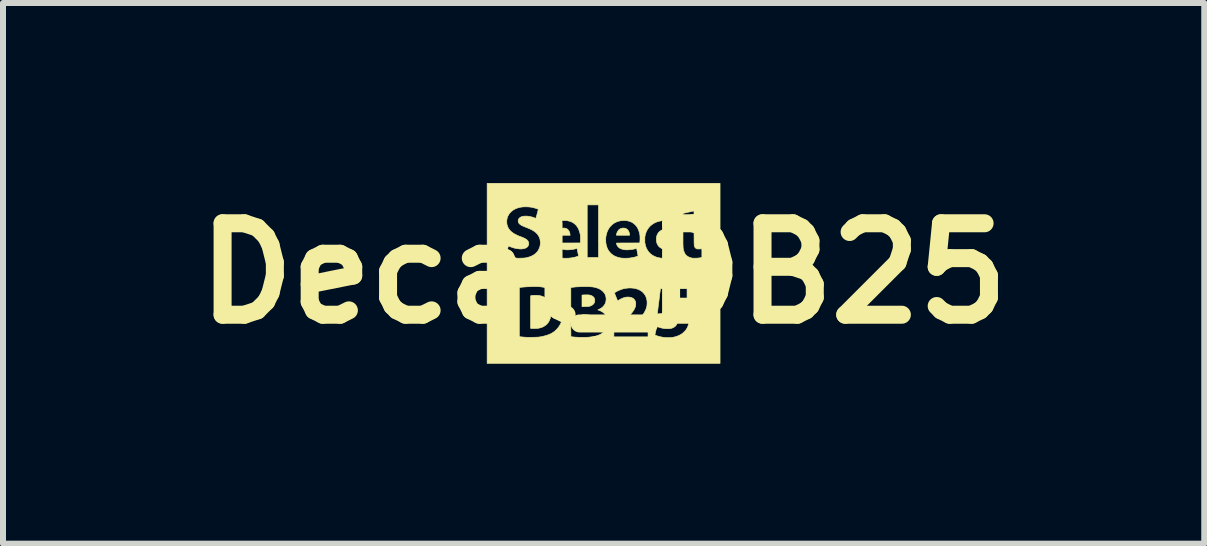
<source format=kicad_pcb>
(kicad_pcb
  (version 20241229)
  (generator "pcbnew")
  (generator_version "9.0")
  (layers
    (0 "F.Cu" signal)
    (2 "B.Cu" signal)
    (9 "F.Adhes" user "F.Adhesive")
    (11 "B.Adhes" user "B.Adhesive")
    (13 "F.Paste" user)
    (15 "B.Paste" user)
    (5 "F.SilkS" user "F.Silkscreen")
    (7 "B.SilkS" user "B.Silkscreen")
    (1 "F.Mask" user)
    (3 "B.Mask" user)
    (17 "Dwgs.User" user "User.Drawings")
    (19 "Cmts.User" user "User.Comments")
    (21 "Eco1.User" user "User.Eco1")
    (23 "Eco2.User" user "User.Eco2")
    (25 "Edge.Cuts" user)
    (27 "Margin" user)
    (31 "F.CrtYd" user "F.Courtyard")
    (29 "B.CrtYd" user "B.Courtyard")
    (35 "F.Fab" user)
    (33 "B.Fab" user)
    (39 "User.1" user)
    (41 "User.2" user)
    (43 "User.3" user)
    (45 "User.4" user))
  (footprint "Decal_DB25"
    (layer "F.Cu")
    (at 7.01 1.506)
    (property "Reference" "Decal_DB25" (at 0 0 0) (layer "F.SilkS") (effects (font (size 1.524 1.524) (thickness 0.3))))
    (attr through_hole)
    (fp_poly (pts (xy -0.647 -0.754) (xy -0.627 -0.749) (xy -0.609 -0.741) (xy -0.594 -0.729) (xy -0.582 -0.714) (xy -0.572 -0.696) (xy -0.564 -0.675) (xy -0.56 -0.651) (xy -0.56 -0.649) (xy -0.558 -0.635) (xy -0.779 -0.635) (xy -0.779 -0.64) (xy -0.778 -0.648) (xy -0.776 -0.658) (xy -0.772 -0.67) (xy -0.768 -0.682) (xy -0.763 -0.692) (xy -0.762 -0.694) (xy -0.75 -0.713) (xy -0.735 -0.729) (xy -0.719 -0.741) (xy -0.7 -0.749) (xy -0.68 -0.754) (xy -0.658 -0.755) (xy -0.647 -0.754)) (stroke (width 0.01) (type solid)) (fill yes) (layer "F.SilkS"))
    (fp_poly (pts (xy 0.346 -0.754) (xy 0.366 -0.749) (xy 0.383 -0.741) (xy 0.398 -0.729) (xy 0.411 -0.714) (xy 0.421 -0.696) (xy 0.428 -0.675) (xy 0.433 -0.651) (xy 0.433 -0.649) (xy 0.434 -0.635) (xy 0.214 -0.635) (xy 0.214 -0.64) (xy 0.215 -0.648) (xy 0.217 -0.658) (xy 0.221 -0.67) (xy 0.225 -0.682) (xy 0.23 -0.692) (xy 0.231 -0.694) (xy 0.243 -0.713) (xy 0.257 -0.729) (xy 0.274 -0.741) (xy 0.293 -0.749) (xy 0.313 -0.754) (xy 0.334 -0.755) (xy 0.346 -0.754)) (stroke (width 0.01) (type solid)) (fill yes) (layer "F.SilkS"))
    (fp_poly (pts (xy -0.321 0.69) (xy -0.293 0.691) (xy -0.268 0.692) (xy -0.247 0.694) (xy -0.228 0.698) (xy -0.211 0.703) (xy -0.195 0.709) (xy -0.189 0.711) (xy -0.17 0.722) (xy -0.155 0.736) (xy -0.143 0.751) (xy -0.135 0.768) (xy -0.13 0.788) (xy -0.129 0.806) (xy -0.13 0.827) (xy -0.133 0.844) (xy -0.139 0.86) (xy -0.148 0.874) (xy -0.156 0.882) (xy -0.171 0.896) (xy -0.19 0.908) (xy -0.213 0.917) (xy -0.234 0.922) (xy -0.24 0.923) (xy -0.25 0.924) (xy -0.263 0.925) (xy -0.277 0.925) (xy -0.292 0.926) (xy -0.308 0.926) (xy -0.322 0.926) (xy -0.335 0.926) (xy -0.345 0.926) (xy -0.35 0.926) (xy -0.36 0.925) (xy -0.36 0.69) (xy -0.321 0.69)) (stroke (width 0.01) (type solid)) (fill yes) (layer "F.SilkS"))
    (fp_poly (pts (xy -0.286 0.359) (xy -0.27 0.359) (xy -0.258 0.359) (xy -0.248 0.36) (xy -0.24 0.36) (xy -0.234 0.361) (xy -0.228 0.363) (xy -0.224 0.364) (xy -0.202 0.371) (xy -0.184 0.381) (xy -0.17 0.392) (xy -0.159 0.406) (xy -0.152 0.423) (xy -0.148 0.439) (xy -0.147 0.459) (xy -0.15 0.478) (xy -0.157 0.495) (xy -0.168 0.51) (xy -0.182 0.523) (xy -0.199 0.535) (xy -0.22 0.544) (xy -0.235 0.548) (xy -0.241 0.55) (xy -0.248 0.551) (xy -0.255 0.552) (xy -0.263 0.553) (xy -0.274 0.553) (xy -0.287 0.554) (xy -0.304 0.554) (xy -0.306 0.554) (xy -0.36 0.555) (xy -0.36 0.362) (xy -0.346 0.361) (xy -0.339 0.36) (xy -0.329 0.36) (xy -0.317 0.359) (xy -0.303 0.359) (xy -0.289 0.359) (xy -0.286 0.359)) (stroke (width 0.01) (type solid)) (fill yes) (layer "F.SilkS"))
    (fp_poly (pts (xy -1.112 0.366) (xy -1.097 0.367) (xy -1.085 0.368) (xy -1.082 0.368) (xy -1.048 0.375) (xy -1.017 0.384) (xy -0.989 0.397) (xy -0.964 0.413) (xy -0.942 0.432) (xy -0.922 0.454) (xy -0.906 0.479) (xy -0.892 0.506) (xy -0.882 0.537) (xy -0.878 0.555) (xy -0.876 0.567) (xy -0.875 0.582) (xy -0.873 0.599) (xy -0.873 0.618) (xy -0.872 0.636) (xy -0.873 0.654) (xy -0.873 0.67) (xy -0.874 0.677) (xy -0.88 0.714) (xy -0.888 0.747) (xy -0.9 0.778) (xy -0.914 0.806) (xy -0.932 0.831) (xy -0.952 0.853) (xy -0.975 0.871) (xy -1.001 0.887) (xy -1.022 0.897) (xy -1.042 0.904) (xy -1.064 0.91) (xy -1.087 0.915) (xy -1.099 0.916) (xy -1.106 0.917) (xy -1.116 0.917) (xy -1.128 0.918) (xy -1.141 0.918) (xy -1.156 0.918) (xy -1.17 0.918) (xy -1.184 0.918) (xy -1.196 0.918) (xy -1.205 0.918) (xy -1.211 0.917) (xy -1.211 0.917) (xy -1.217 0.916) (xy -1.217 0.645) (xy -1.217 0.605) (xy -1.217 0.569) (xy -1.217 0.538) (xy -1.217 0.51) (xy -1.217 0.485) (xy -1.217 0.463) (xy -1.217 0.445) (xy -1.217 0.429) (xy -1.217 0.415) (xy -1.216 0.404) (xy -1.216 0.395) (xy -1.216 0.388) (xy -1.216 0.382) (xy -1.215 0.378) (xy -1.215 0.375) (xy -1.215 0.373) (xy -1.214 0.372) (xy -1.214 0.372) (xy -1.213 0.372) (xy -1.205 0.37) (xy -1.193 0.369) (xy -1.179 0.367) (xy -1.163 0.366) (xy -1.146 0.366) (xy -1.129 0.366) (xy -1.112 0.366)) (stroke (width 0.01) (type solid)) (fill yes) (layer "F.SilkS"))
    (fp_poly (pts (xy 1.941 1.501) (xy -1.941 1.501) (xy -1.941 0.237) (xy -1.405 0.237) (xy -1.405 0.646) (xy -1.405 0.687) (xy -1.405 0.727) (xy -1.405 0.766) (xy -1.405 0.803) (xy -1.405 0.838) (xy -1.405 0.872) (xy -1.405 0.903) (xy -1.405 0.932) (xy -1.405 0.959) (xy -1.405 0.982) (xy -1.405 1.003) (xy -1.405 1.021) (xy -1.404 1.035) (xy -1.404 1.045) (xy -1.404 1.052) (xy -1.404 1.055) (xy -1.404 1.055) (xy -1.401 1.055) (xy -1.395 1.056) (xy -1.386 1.057) (xy -1.374 1.058) (xy -1.361 1.06) (xy -1.348 1.061) (xy -1.334 1.062) (xy -1.32 1.063) (xy -1.308 1.064) (xy -1.302 1.065) (xy -1.288 1.065) (xy -1.272 1.066) (xy -1.253 1.066) (xy -1.232 1.066) (xy -1.211 1.066) (xy -1.188 1.066) (xy -1.167 1.065) (xy -1.146 1.065) (xy -1.126 1.064) (xy -1.109 1.064) (xy -1.094 1.063) (xy -1.084 1.062) (xy -1.083 1.062) (xy -1.041 1.056) (xy -1.001 1.047) (xy -0.962 1.037) (xy -0.926 1.025) (xy -0.893 1.012) (xy -0.864 0.997) (xy -0.858 0.994) (xy -0.838 0.981) (xy -0.819 0.967) (xy -0.801 0.952) (xy -0.782 0.934) (xy -0.782 0.933) (xy -0.757 0.905) (xy -0.735 0.874) (xy -0.717 0.84) (xy -0.701 0.804) (xy -0.689 0.765) (xy -0.679 0.723) (xy -0.676 0.706) (xy -0.675 0.693) (xy -0.673 0.677) (xy -0.672 0.659) (xy -0.672 0.64) (xy -0.671 0.621) (xy -0.671 0.602) (xy -0.672 0.586) (xy -0.673 0.572) (xy -0.673 0.571) (xy -0.679 0.53) (xy -0.688 0.491) (xy -0.701 0.454) (xy -0.716 0.42) (xy -0.735 0.388) (xy -0.757 0.36) (xy -0.782 0.334) (xy -0.792 0.325) (xy -0.82 0.303) (xy -0.85 0.283) (xy -0.882 0.267) (xy -0.916 0.253) (xy -0.953 0.242) (xy -0.974 0.237) (xy -0.546 0.237) (xy -0.546 0.645) (xy -0.546 0.687) (xy -0.546 0.727) (xy -0.546 0.766) (xy -0.546 0.803) (xy -0.546 0.838) (xy -0.546 0.872) (xy -0.546 0.903) (xy -0.546 0.932) (xy -0.546 0.959) (xy -0.545 0.982) (xy -0.545 1.003) (xy -0.545 1.021) (xy -0.545 1.035) (xy -0.545 1.045) (xy -0.545 1.052) (xy -0.545 1.055) (xy -0.545 1.055) (xy -0.542 1.055) (xy -0.535 1.056) (xy -0.526 1.058) (xy -0.515 1.059) (xy -0.502 1.06) (xy -0.489 1.061) (xy -0.475 1.063) (xy -0.462 1.064) (xy -0.451 1.064) (xy -0.449 1.064) (xy -0.435 1.065) (xy -0.417 1.066) (xy -0.398 1.066) (xy -0.377 1.066) (xy -0.355 1.066) (xy -0.334 1.066) (xy -0.313 1.066) (xy -0.294 1.066) (xy -0.277 1.065) (xy -0.263 1.065) (xy -0.259 1.065) (xy -0.215 1.06) (xy -0.201 1.058) (xy 0.171 1.058) (xy 0.741 1.058) (xy 0.741 1.025) (xy 0.856 1.025) (xy 0.858 1.027) (xy 0.864 1.031) (xy 0.873 1.034) (xy 0.884 1.038) (xy 0.896 1.043) (xy 0.909 1.047) (xy 0.921 1.051) (xy 0.93 1.053) (xy 0.976 1.063) (xy 1.017 1.069) (xy 1.029 1.07) (xy 1.044 1.07) (xy 1.06 1.071) (xy 1.078 1.071) (xy 1.095 1.071) (xy 1.11 1.07) (xy 1.124 1.069) (xy 1.13 1.069) (xy 1.17 1.063) (xy 1.208 1.053) (xy 1.244 1.04) (xy 1.277 1.024) (xy 1.302 1.009) (xy 1.316 0.999) (xy 1.332 0.985) (xy 1.347 0.971) (xy 1.361 0.956) (xy 1.373 0.941) (xy 1.379 0.933) (xy 1.395 0.905) (xy 1.407 0.877) (xy 1.416 0.848) (xy 1.421 0.818) (xy 1.422 0.785) (xy 1.422 0.776) (xy 1.42 0.75) (xy 1.416 0.726) (xy 1.411 0.705) (xy 1.403 0.684) (xy 1.395 0.668) (xy 1.38 0.643) (xy 1.361 0.62) (xy 1.339 0.599) (xy 1.314 0.582) (xy 1.286 0.566) (xy 1.254 0.553) (xy 1.22 0.543) (xy 1.183 0.536) (xy 1.163 0.533) (xy 1.154 0.533) (xy 1.141 0.532) (xy 1.127 0.532) (xy 1.112 0.532) (xy 1.102 0.532) (xy 1.09 0.532) (xy 1.079 0.532) (xy 1.07 0.532) (xy 1.065 0.532) (xy 1.063 0.532) (xy 1.063 0.532) (xy 1.063 0.53) (xy 1.064 0.524) (xy 1.065 0.516) (xy 1.066 0.504) (xy 1.068 0.491) (xy 1.071 0.475) (xy 1.071 0.472) (xy 1.073 0.456) (xy 1.075 0.442) (xy 1.077 0.43) (xy 1.078 0.421) (xy 1.079 0.414) (xy 1.079 0.411) (xy 1.079 0.411) (xy 1.082 0.411) (xy 1.088 0.411) (xy 1.097 0.411) (xy 1.11 0.411) (xy 1.126 0.411) (xy 1.144 0.411) (xy 1.164 0.411) (xy 1.187 0.411) (xy 1.211 0.411) (xy 1.235 0.411) (xy 1.391 0.411) (xy 1.391 0.256) (xy 0.948 0.256) (xy 0.947 0.261) (xy 0.947 0.264) (xy 0.946 0.271) (xy 0.945 0.281) (xy 0.943 0.295) (xy 0.941 0.311) (xy 0.938 0.329) (xy 0.936 0.35) (xy 0.933 0.372) (xy 0.93 0.396) (xy 0.927 0.42) (xy 0.924 0.445) (xy 0.921 0.471) (xy 0.917 0.496) (xy 0.914 0.522) (xy 0.911 0.546) (xy 0.908 0.569) (xy 0.906 0.591) (xy 0.903 0.611) (xy 0.901 0.63) (xy 0.899 0.645) (xy 0.898 0.658) (xy 0.897 0.668) (xy 0.896 0.674) (xy 0.896 0.676) (xy 0.896 0.676) (xy 0.898 0.676) (xy 0.904 0.676) (xy 0.912 0.675) (xy 0.922 0.674) (xy 0.922 0.674) (xy 0.936 0.673) (xy 0.953 0.672) (xy 0.973 0.671) (xy 0.993 0.671) (xy 1.014 0.671) (xy 1.034 0.671) (xy 1.052 0.672) (xy 1.068 0.673) (xy 1.076 0.674) (xy 1.107 0.68) (xy 1.135 0.687) (xy 1.159 0.697) (xy 1.18 0.708) (xy 1.197 0.722) (xy 1.211 0.737) (xy 1.22 0.755) (xy 1.223 0.764) (xy 1.228 0.786) (xy 1.229 0.808) (xy 1.226 0.828) (xy 1.219 0.848) (xy 1.209 0.866) (xy 1.195 0.881) (xy 1.177 0.895) (xy 1.164 0.903) (xy 1.151 0.908) (xy 1.14 0.913) (xy 1.129 0.916) (xy 1.118 0.919) (xy 1.106 0.92) (xy 1.092 0.921) (xy 1.074 0.922) (xy 1.066 0.922) (xy 1.048 0.922) (xy 1.033 0.921) (xy 1.021 0.921) (xy 1.011 0.92) (xy 1.001 0.918) (xy 1 0.918) (xy 0.976 0.913) (xy 0.951 0.907) (xy 0.929 0.9) (xy 0.909 0.893) (xy 0.901 0.89) (xy 0.894 0.887) (xy 0.889 0.886) (xy 0.888 0.885) (xy 0.887 0.888) (xy 0.885 0.894) (xy 0.883 0.902) (xy 0.88 0.914) (xy 0.877 0.927) (xy 0.874 0.941) (xy 0.871 0.956) (xy 0.867 0.97) (xy 0.864 0.984) (xy 0.861 0.997) (xy 0.859 1.008) (xy 0.857 1.017) (xy 0.856 1.023) (xy 0.856 1.025) (xy 0.741 1.025) (xy 0.741 0.904) (xy 0.589 0.903) (xy 0.437 0.903) (xy 0.483 0.865) (xy 0.5 0.85) (xy 0.518 0.834) (xy 0.536 0.817) (xy 0.555 0.799) (xy 0.573 0.782) (xy 0.591 0.764) (xy 0.606 0.748) (xy 0.62 0.733) (xy 0.632 0.72) (xy 0.636 0.714) (xy 0.66 0.682) (xy 0.68 0.65) (xy 0.697 0.619) (xy 0.71 0.587) (xy 0.719 0.555) (xy 0.721 0.546) (xy 0.723 0.533) (xy 0.724 0.517) (xy 0.725 0.499) (xy 0.725 0.481) (xy 0.724 0.464) (xy 0.722 0.448) (xy 0.721 0.442) (xy 0.713 0.41) (xy 0.702 0.381) (xy 0.687 0.355) (xy 0.668 0.331) (xy 0.647 0.309) (xy 0.642 0.305) (xy 0.618 0.288) (xy 0.591 0.273) (xy 0.562 0.262) (xy 0.531 0.253) (xy 0.498 0.247) (xy 0.464 0.244) (xy 0.429 0.243) (xy 0.393 0.246) (xy 0.357 0.251) (xy 0.321 0.259) (xy 0.286 0.271) (xy 0.252 0.285) (xy 0.24 0.29) (xy 0.227 0.297) (xy 0.215 0.303) (xy 0.204 0.31) (xy 0.195 0.316) (xy 0.187 0.321) (xy 0.183 0.325) (xy 0.181 0.327) (xy 0.182 0.33) (xy 0.185 0.336) (xy 0.188 0.345) (xy 0.192 0.356) (xy 0.197 0.369) (xy 0.203 0.382) (xy 0.208 0.396) (xy 0.214 0.41) (xy 0.219 0.423) (xy 0.224 0.435) (xy 0.228 0.445) (xy 0.231 0.453) (xy 0.233 0.458) (xy 0.234 0.459) (xy 0.236 0.458) (xy 0.241 0.455) (xy 0.248 0.451) (xy 0.255 0.446) (xy 0.281 0.43) (xy 0.309 0.417) (xy 0.336 0.406) (xy 0.362 0.399) (xy 0.368 0.398) (xy 0.383 0.396) (xy 0.399 0.395) (xy 0.416 0.395) (xy 0.433 0.397) (xy 0.447 0.399) (xy 0.451 0.4) (xy 0.473 0.407) (xy 0.492 0.417) (xy 0.507 0.43) (xy 0.519 0.446) (xy 0.523 0.453) (xy 0.53 0.466) (xy 0.534 0.48) (xy 0.536 0.494) (xy 0.536 0.511) (xy 0.536 0.511) (xy 0.535 0.532) (xy 0.531 0.552) (xy 0.523 0.573) (xy 0.513 0.595) (xy 0.499 0.619) (xy 0.482 0.643) (xy 0.47 0.658) (xy 0.46 0.671) (xy 0.446 0.685) (xy 0.43 0.702) (xy 0.411 0.722) (xy 0.389 0.743) (xy 0.365 0.766) (xy 0.339 0.791) (xy 0.311 0.817) (xy 0.281 0.845) (xy 0.25 0.873) (xy 0.217 0.903) (xy 0.186 0.93) (xy 0.172 0.943) (xy 0.172 1.001) (xy 0.171 1.058) (xy -0.201 1.058) (xy -0.175 1.054) (xy -0.138 1.047) (xy -0.104 1.037) (xy -0.074 1.026) (xy -0.047 1.013) (xy -0.033 1.004) (xy -0.021 0.995) (xy -0.008 0.984) (xy 0.005 0.971) (xy 0.017 0.959) (xy 0.024 0.95) (xy 0.041 0.925) (xy 0.054 0.898) (xy 0.063 0.869) (xy 0.069 0.839) (xy 0.07 0.815) (xy 0.068 0.784) (xy 0.062 0.756) (xy 0.052 0.729) (xy 0.039 0.704) (xy 0.023 0.681) (xy 0.003 0.661) (xy -0.02 0.643) (xy -0.047 0.628) (xy -0.076 0.616) (xy -0.081 0.614) (xy -0.096 0.609) (xy -0.071 0.597) (xy -0.044 0.582) (xy -0.02 0.565) (xy -0.001 0.545) (xy 0.016 0.524) (xy 0.028 0.501) (xy 0.036 0.477) (xy 0.041 0.45) (xy 0.042 0.422) (xy 0.042 0.421) (xy 0.039 0.395) (xy 0.033 0.37) (xy 0.024 0.348) (xy 0.011 0.327) (xy -0.006 0.307) (xy -0.006 0.307) (xy -0.025 0.289) (xy -0.047 0.273) (xy -0.071 0.259) (xy -0.098 0.247) (xy -0.126 0.238) (xy -0.149 0.232) (xy -0.164 0.229) (xy -0.178 0.227) (xy -0.192 0.225) (xy -0.206 0.224) (xy -0.223 0.223) (xy -0.241 0.222) (xy -0.263 0.221) (xy -0.281 0.221) (xy -0.309 0.221) (xy -0.338 0.221) (xy -0.367 0.221) (xy -0.396 0.222) (xy -0.425 0.224) (xy -0.451 0.225) (xy -0.477 0.227) (xy -0.499 0.23) (xy -0.519 0.232) (xy -0.535 0.235) (xy -0.541 0.236) (xy -0.546 0.237) (xy -0.974 0.237) (xy -0.992 0.233) (xy -1.035 0.226) (xy -1.078 0.222) (xy -1.098 0.221) (xy -1.12 0.22) (xy -1.144 0.22) (xy -1.171 0.22) (xy -1.198 0.221) (xy -1.227 0.222) (xy -1.255 0.223) (xy -1.282 0.224) (xy -1.309 0.226) (xy -1.334 0.228) (xy -1.357 0.23) (xy -1.377 0.232) (xy -1.393 0.235) (xy -1.4 0.236) (xy -1.405 0.237) (xy -1.941 0.237) (xy -1.941 -0.302) (xy -1.625 -0.302) (xy -1.623 -0.3) (xy -1.618 -0.298) (xy -1.612 -0.295) (xy -1.586 -0.285) (xy -1.559 -0.276) (xy -1.529 -0.268) (xy -1.496 -0.262) (xy -1.46 -0.256) (xy -1.439 -0.253) (xy -1.432 -0.253) (xy -1.422 -0.252) (xy -1.408 -0.252) (xy -1.393 -0.253) (xy -1.377 -0.253) (xy -1.361 -0.254) (xy -1.345 -0.254) (xy -1.331 -0.255) (xy -1.319 -0.256) (xy -1.31 -0.257) (xy -1.307 -0.257) (xy -1.268 -0.265) (xy -1.232 -0.276) (xy -1.199 -0.289) (xy -1.169 -0.305) (xy -1.142 -0.324) (xy -1.119 -0.345) (xy -1.1 -0.366) (xy -1.091 -0.38) (xy -1.082 -0.396) (xy -1.074 -0.414) (xy -1.067 -0.431) (xy -1.061 -0.448) (xy -1.057 -0.472) (xy -1.054 -0.499) (xy -1.055 -0.526) (xy -1.057 -0.551) (xy -0.958 -0.551) (xy -0.956 -0.516) (xy -0.951 -0.482) (xy -0.942 -0.449) (xy -0.93 -0.417) (xy -0.915 -0.388) (xy -0.909 -0.378) (xy -0.892 -0.355) (xy -0.871 -0.333) (xy -0.848 -0.313) (xy -0.823 -0.297) (xy -0.806 -0.287) (xy -0.78 -0.276) (xy -0.751 -0.267) (xy -0.722 -0.259) (xy -0.692 -0.254) (xy -0.69 -0.254) (xy -0.679 -0.253) (xy -0.666 -0.253) (xy -0.65 -0.252) (xy -0.632 -0.252) (xy -0.615 -0.252) (xy -0.598 -0.253) (xy -0.584 -0.253) (xy -0.573 -0.254) (xy -0.544 -0.257) (xy -0.516 -0.262) (xy -0.488 -0.267) (xy -0.462 -0.274) (xy -0.439 -0.281) (xy -0.431 -0.284) (xy -0.424 -0.287) (xy -0.42 -0.289) (xy -0.419 -0.292) (xy -0.419 -0.293) (xy -0.42 -0.296) (xy -0.421 -0.303) (xy -0.422 -0.313) (xy -0.425 -0.325) (xy -0.427 -0.339) (xy -0.43 -0.354) (xy -0.431 -0.357) (xy -0.434 -0.372) (xy -0.436 -0.386) (xy -0.439 -0.398) (xy -0.441 -0.407) (xy -0.442 -0.413) (xy -0.442 -0.416) (xy -0.442 -0.416) (xy -0.444 -0.416) (xy -0.449 -0.414) (xy -0.457 -0.412) (xy -0.463 -0.41) (xy -0.487 -0.405) (xy -0.512 -0.4) (xy -0.539 -0.396) (xy -0.565 -0.394) (xy -0.591 -0.392) (xy -0.615 -0.392) (xy -0.634 -0.393) (xy -0.664 -0.398) (xy -0.69 -0.405) (xy -0.714 -0.414) (xy -0.733 -0.426) (xy -0.75 -0.441) (xy -0.763 -0.458) (xy -0.768 -0.467) (xy -0.771 -0.473) (xy -0.773 -0.481) (xy -0.776 -0.49) (xy -0.778 -0.498) (xy -0.779 -0.503) (xy -0.779 -0.504) (xy -0.777 -0.505) (xy -0.771 -0.505) (xy -0.761 -0.505) (xy -0.748 -0.505) (xy -0.732 -0.505) (xy -0.713 -0.506) (xy -0.692 -0.506) (xy -0.669 -0.506) (xy -0.643 -0.506) (xy -0.617 -0.506) (xy -0.588 -0.506) (xy -0.585 -0.506) (xy -0.391 -0.507) (xy -0.389 -0.514) (xy -0.388 -0.519) (xy -0.388 -0.527) (xy -0.387 -0.537) (xy -0.386 -0.549) (xy -0.386 -0.563) (xy -0.386 -0.565) (xy -0.386 -0.589) (xy -0.386 -0.609) (xy -0.387 -0.628) (xy -0.389 -0.645) (xy -0.393 -0.663) (xy -0.396 -0.677) (xy -0.407 -0.712) (xy -0.42 -0.744) (xy -0.436 -0.772) (xy -0.455 -0.797) (xy -0.476 -0.819) (xy -0.5 -0.838) (xy -0.527 -0.854) (xy -0.556 -0.866) (xy -0.588 -0.874) (xy -0.613 -0.879) (xy -0.628 -0.88) (xy -0.646 -0.88) (xy -0.665 -0.88) (xy -0.684 -0.879) (xy -0.703 -0.877) (xy -0.718 -0.875) (xy -0.722 -0.874) (xy -0.757 -0.865) (xy -0.789 -0.852) (xy -0.818 -0.836) (xy -0.845 -0.816) (xy -0.87 -0.793) (xy -0.892 -0.767) (xy -0.904 -0.75) (xy -0.921 -0.721) (xy -0.935 -0.689) (xy -0.945 -0.656) (xy -0.953 -0.621) (xy -0.957 -0.586) (xy -0.958 -0.551) (xy -1.057 -0.551) (xy -1.057 -0.552) (xy -1.063 -0.577) (xy -1.064 -0.581) (xy -1.073 -0.605) (xy -1.085 -0.627) (xy -1.099 -0.648) (xy -1.116 -0.667) (xy -1.136 -0.686) (xy -1.16 -0.703) (xy -1.187 -0.72) (xy -1.218 -0.736) (xy -1.253 -0.751) (xy -1.28 -0.762) (xy -1.308 -0.773) (xy -1.332 -0.783) (xy -1.353 -0.792) (xy -1.37 -0.801) (xy -1.384 -0.81) (xy -1.396 -0.819) (xy -1.405 -0.827) (xy -1.412 -0.836) (xy -1.417 -0.845) (xy -1.421 -0.852) (xy -1.422 -0.858) (xy -1.423 -0.866) (xy -1.423 -0.873) (xy -1.423 -0.883) (xy -1.422 -0.89) (xy -1.42 -0.897) (xy -1.418 -0.902) (xy -1.409 -0.916) (xy -1.396 -0.928) (xy -1.381 -0.938) (xy -1.362 -0.946) (xy -1.34 -0.951) (xy -1.315 -0.954) (xy -1.288 -0.954) (xy -1.268 -0.953) (xy -1.24 -0.949) (xy -1.214 -0.944) (xy -1.189 -0.938) (xy -1.164 -0.929) (xy -1.152 -0.925) (xy -1.143 -0.921) (xy -1.136 -0.919) (xy -1.131 -0.917) (xy -1.129 -0.917) (xy -1.128 -0.919) (xy -1.127 -0.925) (xy -1.124 -0.934) (xy -1.121 -0.945) (xy -1.117 -0.958) (xy -1.113 -0.972) (xy -1.109 -0.987) (xy -1.105 -1.002) (xy -1.101 -1.017) (xy -1.097 -1.031) (xy -1.094 -1.044) (xy -1.091 -1.054) (xy -1.09 -1.062) (xy -1.088 -1.067) (xy -1.088 -1.068) (xy -1.091 -1.07) (xy -1.098 -1.072) (xy -1.107 -1.076) (xy -1.117 -1.079) (xy -1.129 -1.083) (xy -1.141 -1.087) (xy -1.152 -1.09) (xy -1.162 -1.093) (xy -1.163 -1.093) (xy -1.186 -1.099) (xy -1.209 -1.103) (xy -1.231 -1.106) (xy -1.256 -1.108) (xy -1.282 -1.109) (xy -1.313 -1.109) (xy -1.341 -1.108) (xy -1.367 -1.105) (xy -1.392 -1.101) (xy -1.417 -1.094) (xy -1.433 -1.09) (xy -1.465 -1.078) (xy -1.494 -1.063) (xy -1.52 -1.045) (xy -1.544 -1.025) (xy -1.565 -1.003) (xy -1.582 -0.978) (xy -1.596 -0.952) (xy -1.602 -0.937) (xy -1.61 -0.907) (xy -1.614 -0.877) (xy -1.614 -0.848) (xy -1.611 -0.819) (xy -1.605 -0.795) (xy -1.595 -0.769) (xy -1.582 -0.745) (xy -1.565 -0.722) (xy -1.545 -0.701) (xy -1.521 -0.681) (xy -1.493 -0.662) (xy -1.461 -0.645) (xy -1.426 -0.628) (xy -1.393 -0.615) (xy -1.368 -0.606) (xy -1.348 -0.598) (xy -1.33 -0.59) (xy -1.315 -0.583) (xy -1.303 -0.576) (xy -1.292 -0.569) (xy -1.282 -0.562) (xy -1.274 -0.555) (xy -1.262 -0.541) (xy -1.253 -0.525) (xy -1.248 -0.508) (xy -1.247 -0.491) (xy -1.25 -0.476) (xy -1.256 -0.46) (xy -1.266 -0.445) (xy -1.279 -0.433) (xy -1.295 -0.423) (xy -1.315 -0.416) (xy -1.337 -0.41) (xy -1.362 -0.407) (xy -1.39 -0.407) (xy -1.409 -0.408) (xy -1.45 -0.414) (xy -1.491 -0.422) (xy -1.531 -0.435) (xy -1.565 -0.448) (xy -1.574 -0.452) (xy -1.581 -0.454) (xy -1.586 -0.456) (xy -1.588 -0.456) (xy -1.588 -0.453) (xy -1.59 -0.447) (xy -1.592 -0.438) (xy -1.595 -0.427) (xy -1.599 -0.414) (xy -1.602 -0.4) (xy -1.606 -0.384) (xy -1.61 -0.369) (xy -1.613 -0.354) (xy -1.617 -0.34) (xy -1.62 -0.327) (xy -1.622 -0.316) (xy -1.624 -0.308) (xy -1.625 -0.303) (xy -1.625 -0.302) (xy -1.941 -0.302) (xy -1.941 -1.141) (xy -0.273 -1.141) (xy -0.273 -0.265) (xy -0.085 -0.265) (xy -0.085 -0.551) (xy 0.035 -0.551) (xy 0.037 -0.516) (xy 0.042 -0.482) (xy 0.051 -0.449) (xy 0.062 -0.417) (xy 0.077 -0.388) (xy 0.084 -0.378) (xy 0.101 -0.355) (xy 0.121 -0.333) (xy 0.145 -0.313) (xy 0.169 -0.297) (xy 0.187 -0.287) (xy 0.213 -0.276) (xy 0.241 -0.267) (xy 0.271 -0.259) (xy 0.301 -0.254) (xy 0.303 -0.254) (xy 0.313 -0.253) (xy 0.327 -0.253) (xy 0.343 -0.252) (xy 0.36 -0.252) (xy 0.378 -0.252) (xy 0.394 -0.253) (xy 0.409 -0.253) (xy 0.42 -0.254) (xy 0.449 -0.257) (xy 0.477 -0.262) (xy 0.505 -0.267) (xy 0.53 -0.274) (xy 0.553 -0.281) (xy 0.561 -0.284) (xy 0.568 -0.287) (xy 0.572 -0.289) (xy 0.574 -0.292) (xy 0.574 -0.293) (xy 0.573 -0.296) (xy 0.572 -0.303) (xy 0.57 -0.313) (xy 0.568 -0.325) (xy 0.565 -0.339) (xy 0.562 -0.354) (xy 0.562 -0.357) (xy 0.559 -0.372) (xy 0.556 -0.386) (xy 0.554 -0.398) (xy 0.552 -0.407) (xy 0.551 -0.413) (xy 0.55 -0.416) (xy 0.55 -0.416) (xy 0.548 -0.416) (xy 0.543 -0.414) (xy 0.536 -0.412) (xy 0.529 -0.41) (xy 0.506 -0.405) (xy 0.481 -0.4) (xy 0.454 -0.396) (xy 0.427 -0.394) (xy 0.401 -0.392) (xy 0.377 -0.392) (xy 0.358 -0.393) (xy 0.329 -0.398) (xy 0.302 -0.405) (xy 0.279 -0.414) (xy 0.259 -0.426) (xy 0.243 -0.441) (xy 0.23 -0.458) (xy 0.225 -0.467) (xy 0.222 -0.473) (xy 0.219 -0.481) (xy 0.217 -0.49) (xy 0.215 -0.498) (xy 0.214 -0.503) (xy 0.214 -0.504) (xy 0.216 -0.505) (xy 0.222 -0.505) (xy 0.232 -0.505) (xy 0.245 -0.505) (xy 0.261 -0.505) (xy 0.279 -0.506) (xy 0.301 -0.506) (xy 0.324 -0.506) (xy 0.349 -0.506) (xy 0.376 -0.506) (xy 0.404 -0.506) (xy 0.408 -0.506) (xy 0.602 -0.507) (xy 0.604 -0.514) (xy 0.604 -0.519) (xy 0.605 -0.527) (xy 0.606 -0.537) (xy 0.606 -0.549) (xy 0.607 -0.56) (xy 0.687 -0.56) (xy 0.687 -0.544) (xy 0.687 -0.531) (xy 0.688 -0.52) (xy 0.688 -0.511) (xy 0.689 -0.503) (xy 0.691 -0.495) (xy 0.692 -0.489) (xy 0.701 -0.453) (xy 0.713 -0.42) (xy 0.729 -0.39) (xy 0.747 -0.363) (xy 0.769 -0.338) (xy 0.794 -0.316) (xy 0.822 -0.297) (xy 0.852 -0.282) (xy 0.885 -0.269) (xy 0.922 -0.26) (xy 0.948 -0.255) (xy 0.959 -0.254) (xy 0.973 -0.253) (xy 0.99 -0.253) (xy 1.007 -0.253) (xy 1.026 -0.253) (xy 1.044 -0.253) (xy 1.061 -0.254) (xy 1.076 -0.255) (xy 1.088 -0.257) (xy 1.089 -0.257) (xy 1.104 -0.26) (xy 1.119 -0.263) (xy 1.134 -0.266) (xy 1.148 -0.27) (xy 1.159 -0.273) (xy 1.168 -0.276) (xy 1.171 -0.277) (xy 1.172 -0.278) (xy 1.172 -0.28) (xy 1.172 -0.283) (xy 1.172 -0.288) (xy 1.171 -0.295) (xy 1.17 -0.305) (xy 1.168 -0.318) (xy 1.165 -0.334) (xy 1.163 -0.347) (xy 1.16 -0.363) (xy 1.158 -0.378) (xy 1.156 -0.392) (xy 1.154 -0.402) (xy 1.152 -0.41) (xy 1.151 -0.415) (xy 1.151 -0.416) (xy 1.149 -0.416) (xy 1.144 -0.414) (xy 1.136 -0.412) (xy 1.132 -0.411) (xy 1.11 -0.406) (xy 1.088 -0.402) (xy 1.065 -0.401) (xy 1.04 -0.401) (xy 1.039 -0.401) (xy 1.022 -0.401) (xy 1.009 -0.403) (xy 0.997 -0.405) (xy 0.986 -0.408) (xy 0.975 -0.412) (xy 0.964 -0.417) (xy 0.943 -0.43) (xy 0.924 -0.445) (xy 0.909 -0.464) (xy 0.896 -0.485) (xy 0.887 -0.509) (xy 0.881 -0.535) (xy 0.879 -0.554) (xy 0.879 -0.583) (xy 0.883 -0.61) (xy 0.89 -0.635) (xy 0.901 -0.658) (xy 0.915 -0.68) (xy 0.927 -0.692) (xy 0.946 -0.708) (xy 0.967 -0.72) (xy 0.991 -0.729) (xy 0.996 -0.73) (xy 1.012 -0.733) (xy 1.032 -0.735) (xy 1.053 -0.735) (xy 1.075 -0.734) (xy 1.096 -0.731) (xy 1.116 -0.727) (xy 1.129 -0.723) (xy 1.136 -0.721) (xy 1.142 -0.719) (xy 1.145 -0.719) (xy 1.145 -0.719) (xy 1.146 -0.721) (xy 1.147 -0.727) (xy 1.149 -0.736) (xy 1.152 -0.747) (xy 1.155 -0.76) (xy 1.158 -0.774) (xy 1.161 -0.789) (xy 1.164 -0.803) (xy 1.167 -0.817) (xy 1.169 -0.83) (xy 1.171 -0.841) (xy 1.173 -0.849) (xy 1.174 -0.855) (xy 1.174 -0.856) (xy 1.172 -0.858) (xy 1.166 -0.86) (xy 1.159 -0.863) (xy 1.157 -0.863) (xy 1.138 -0.868) (xy 1.242 -0.868) (xy 1.242 -0.728) (xy 1.323 -0.728) (xy 1.323 -0.59) (xy 1.323 -0.559) (xy 1.323 -0.532) (xy 1.323 -0.509) (xy 1.323 -0.488) (xy 1.324 -0.471) (xy 1.324 -0.456) (xy 1.325 -0.443) (xy 1.325 -0.432) (xy 1.326 -0.422) (xy 1.327 -0.413) (xy 1.329 -0.405) (xy 1.33 -0.397) (xy 1.332 -0.389) (xy 1.334 -0.383) (xy 1.342 -0.357) (xy 1.353 -0.333) (xy 1.366 -0.313) (xy 1.383 -0.296) (xy 1.402 -0.282) (xy 1.425 -0.27) (xy 1.442 -0.263) (xy 1.454 -0.26) (xy 1.465 -0.257) (xy 1.475 -0.255) (xy 1.486 -0.253) (xy 1.499 -0.253) (xy 1.514 -0.253) (xy 1.532 -0.253) (xy 1.534 -0.253) (xy 1.548 -0.253) (xy 1.562 -0.254) (xy 1.576 -0.255) (xy 1.587 -0.256) (xy 1.594 -0.257) (xy 1.595 -0.257) (xy 1.605 -0.259) (xy 1.616 -0.261) (xy 1.625 -0.264) (xy 1.625 -0.264) (xy 1.638 -0.267) (xy 1.638 -0.331) (xy 1.638 -0.352) (xy 1.638 -0.369) (xy 1.638 -0.382) (xy 1.638 -0.392) (xy 1.637 -0.4) (xy 1.636 -0.405) (xy 1.635 -0.408) (xy 1.634 -0.41) (xy 1.633 -0.41) (xy 1.632 -0.409) (xy 1.629 -0.409) (xy 1.622 -0.408) (xy 1.613 -0.408) (xy 1.602 -0.407) (xy 1.596 -0.407) (xy 1.582 -0.407) (xy 1.572 -0.407) (xy 1.564 -0.407) (xy 1.558 -0.408) (xy 1.553 -0.409) (xy 1.552 -0.409) (xy 1.54 -0.416) (xy 1.529 -0.425) (xy 1.52 -0.436) (xy 1.52 -0.437) (xy 1.517 -0.442) (xy 1.516 -0.446) (xy 1.514 -0.451) (xy 1.513 -0.456) (xy 1.511 -0.461) (xy 1.511 -0.468) (xy 1.51 -0.476) (xy 1.509 -0.486) (xy 1.509 -0.498) (xy 1.508 -0.513) (xy 1.508 -0.53) (xy 1.508 -0.551) (xy 1.508 -0.576) (xy 1.508 -0.6) (xy 1.507 -0.728) (xy 1.641 -0.729) (xy 1.643 -0.868) (xy 1.507 -0.868) (xy 1.507 -0.954) (xy 1.506 -1.041) (xy 1.415 -1.02) (xy 1.396 -1.016) (xy 1.378 -1.012) (xy 1.362 -1.008) (xy 1.349 -1.005) (xy 1.338 -1.002) (xy 1.329 -1) (xy 1.325 -0.999) (xy 1.323 -0.999) (xy 1.323 -0.997) (xy 1.323 -0.991) (xy 1.323 -0.982) (xy 1.323 -0.971) (xy 1.323 -0.957) (xy 1.323 -0.941) (xy 1.323 -0.933) (xy 1.323 -0.868) (xy 1.242 -0.868) (xy 1.138 -0.868) (xy 1.12 -0.872) (xy 1.081 -0.878) (xy 1.041 -0.881) (xy 1.001 -0.88) (xy 0.962 -0.876) (xy 0.924 -0.868) (xy 0.893 -0.859) (xy 0.86 -0.846) (xy 0.83 -0.83) (xy 0.802 -0.81) (xy 0.776 -0.788) (xy 0.769 -0.78) (xy 0.749 -0.757) (xy 0.731 -0.732) (xy 0.717 -0.705) (xy 0.705 -0.676) (xy 0.695 -0.644) (xy 0.692 -0.628) (xy 0.69 -0.62) (xy 0.689 -0.613) (xy 0.688 -0.605) (xy 0.687 -0.596) (xy 0.687 -0.584) (xy 0.687 -0.57) (xy 0.687 -0.56) (xy 0.607 -0.56) (xy 0.607 -0.563) (xy 0.607 -0.565) (xy 0.607 -0.589) (xy 0.607 -0.609) (xy 0.606 -0.628) (xy 0.603 -0.645) (xy 0.6 -0.663) (xy 0.597 -0.677) (xy 0.586 -0.712) (xy 0.573 -0.744) (xy 0.557 -0.772) (xy 0.538 -0.797) (xy 0.516 -0.819) (xy 0.492 -0.838) (xy 0.466 -0.854) (xy 0.436 -0.866) (xy 0.405 -0.874) (xy 0.38 -0.879) (xy 0.365 -0.88) (xy 0.347 -0.88) (xy 0.328 -0.88) (xy 0.308 -0.879) (xy 0.29 -0.877) (xy 0.275 -0.875) (xy 0.271 -0.874) (xy 0.236 -0.865) (xy 0.204 -0.852) (xy 0.174 -0.836) (xy 0.147 -0.816) (xy 0.123 -0.793) (xy 0.1 -0.767) (xy 0.089 -0.75) (xy 0.072 -0.721) (xy 0.058 -0.689) (xy 0.048 -0.656) (xy 0.04 -0.621) (xy 0.036 -0.586) (xy 0.035 -0.551) (xy -0.085 -0.551) (xy -0.085 -1.141) (xy -0.273 -1.141) (xy -1.941 -1.141) (xy -1.941 -1.501) (xy 1.941 -1.501) (xy 1.941 1.501)) (stroke (width 0.01) (type solid)) (fill yes) (layer "F.SilkS")))
  (gr_rect
    (start -3 -3)
    (end 17.021 6.011)
    (stroke (width 0.1) (type default))
    (fill no)
    (layer "Edge.Cuts")))
</source>
